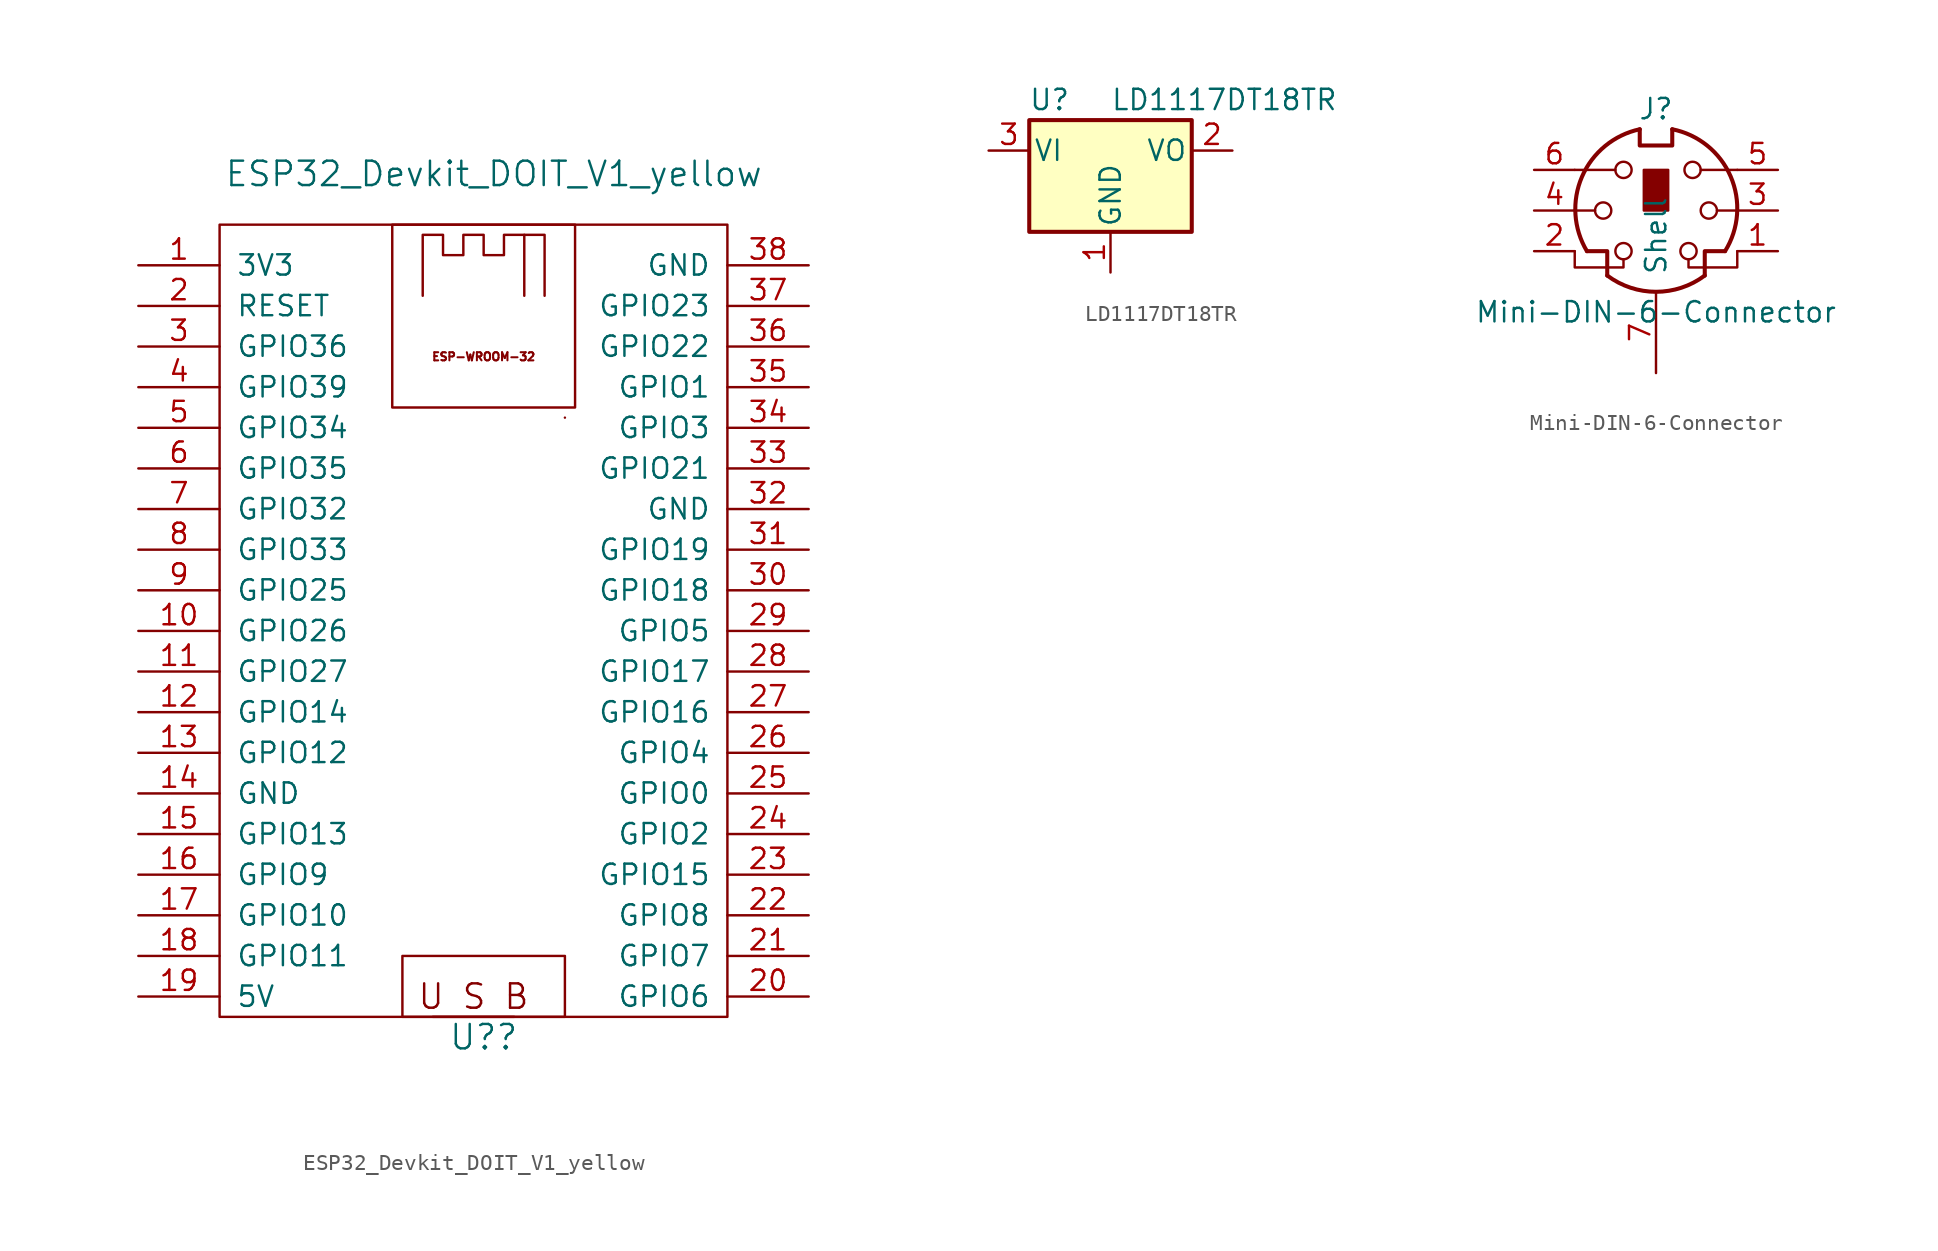
<source format=kicad_sym>
(kicad_symbol_lib
  (version 20211014)
  (generator kicad_symbol_editor)
  (symbol "ESP32_Devkit_DOIT_V1_yellow"
    (pin_names
      (offset 1.016))
    (property "Reference" "U?"
      (at 0 -26.67 0)
      (effects (font (size 1.524 1.524))))
    (property "Value" "ESP32_Devkit_DOIT_V1_yellow"
      (at 0.635 27.305 0)
      (effects (font (size 1.524 1.524))))
    (symbol "ESP32_Devkit_DOIT_V1_yellow_0_0"
      (rectangle (start -5.715 24.13) (end 5.715 12.7) (stroke (width 0) (type default) (color 0 0 0 0)) (fill (type none)))
      (rectangle (start -5.08 -21.59) (end 5.08 -25.4) (stroke (width 0) (type default) (color 0 0 0 0)) (fill (type none)))
      (rectangle (start 5.08 12.065) (end 5.08 12.065) (stroke (width 0) (type default) (color 0 0 0 0)) (fill (type none)))
      (text "ESP-WROOM-32" (at 0 15.875 0) (effects (font (size 0.508 0.508))))
      (text "U S B" (at -0.635 -24.13 0) (effects (font (size 1.524 1.524)))))
    (symbol "ESP32_Devkit_DOIT_V1_yellow_0_1"
      (rectangle (start -16.51 24.13) (end 15.24 -25.4) (stroke (width 0) (type default) (color 0 0 0 0)) (fill (type none)))
      (polyline (pts (xy -3.175 -25.4) (xy 1.905 -25.4)) (stroke (width 0) (type default) (color 0 0 0 0)) (fill (type none)))
      (polyline (pts (xy 2.54 23.495) (xy 3.81 23.495) (xy 3.81 19.685)) (stroke (width 0) (type default) (color 0 0 0 0)) (fill (type none)))
      (polyline (pts (xy -3.81 19.685) (xy -3.81 23.495) (xy -2.54 23.495) (xy -2.54 22.225) (xy -1.27 22.225) (xy -1.27 23.495) (xy 0 23.495) (xy 0 22.225) (xy 1.27 22.225) (xy 1.27 23.495) (xy 2.54 23.495) (xy 2.54 19.685)) (stroke (width 0) (type default) (color 0 0 0 0)) (fill (type none))))
    (symbol "ESP32_Devkit_DOIT_V1_yellow_1_1"
      (pin output line (at -21.59 21.59 0) (length 5.08) (name "3V3" (effects (font (size 1.27 1.27)))) (number "1" (effects (font (size 1.27 1.27)))))
      (pin bidirectional line (at -21.59 -1.27 0) (length 5.08) (name "GPIO26" (effects (font (size 1.27 1.27)))) (number "10" (effects (font (size 1.27 1.27)))))
      (pin bidirectional line (at -21.59 -3.81 0) (length 5.08) (name "GPIO27" (effects (font (size 1.27 1.27)))) (number "11" (effects (font (size 1.27 1.27)))))
      (pin bidirectional line (at -21.59 -6.35 0) (length 5.08) (name "GPIO14" (effects (font (size 1.27 1.27)))) (number "12" (effects (font (size 1.27 1.27)))))
      (pin bidirectional line (at -21.59 -8.89 0) (length 5.08) (name "GPIO12" (effects (font (size 1.27 1.27)))) (number "13" (effects (font (size 1.27 1.27)))))
      (pin power_out line (at -21.59 -11.43 0) (length 5.08) (name "GND" (effects (font (size 1.27 1.27)))) (number "14" (effects (font (size 1.27 1.27)))))
      (pin bidirectional line (at -21.59 -13.97 0) (length 5.08) (name "GPIO13" (effects (font (size 1.27 1.27)))) (number "15" (effects (font (size 1.27 1.27)))))
      (pin bidirectional line (at -21.59 -16.51 0) (length 5.08) (name "GPIO9" (effects (font (size 1.27 1.27)))) (number "16" (effects (font (size 1.27 1.27)))))
      (pin bidirectional line (at -21.59 -19.05 0) (length 5.08) (name "GPIO10" (effects (font (size 1.27 1.27)))) (number "17" (effects (font (size 1.27 1.27)))))
      (pin bidirectional line (at -21.59 -21.59 0) (length 5.08) (name "GPIO11" (effects (font (size 1.27 1.27)))) (number "18" (effects (font (size 1.27 1.27)))))
      (pin power_out line (at -21.59 -24.13 0) (length 5.08) (name "5V" (effects (font (size 1.27 1.27)))) (number "19" (effects (font (size 1.27 1.27)))))
      (pin input line (at -21.59 19.05 0) (length 5.08) (name "RESET" (effects (font (size 1.27 1.27)))) (number "2" (effects (font (size 1.27 1.27)))))
      (pin bidirectional line (at 20.32 -24.13 180) (length 5.08) (name "GPIO6" (effects (font (size 1.27 1.27)))) (number "20" (effects (font (size 1.27 1.27)))))
      (pin bidirectional line (at 20.32 -21.59 180) (length 5.08) (name "GPIO7" (effects (font (size 1.27 1.27)))) (number "21" (effects (font (size 1.27 1.27)))))
      (pin bidirectional line (at 20.32 -19.05 180) (length 5.08) (name "GPIO8" (effects (font (size 1.27 1.27)))) (number "22" (effects (font (size 1.27 1.27)))))
      (pin bidirectional line (at 20.32 -16.51 180) (length 5.08) (name "GPIO15" (effects (font (size 1.27 1.27)))) (number "23" (effects (font (size 1.27 1.27)))))
      (pin bidirectional line (at 20.32 -13.97 180) (length 5.08) (name "GPIO2" (effects (font (size 1.27 1.27)))) (number "24" (effects (font (size 1.27 1.27)))))
      (pin bidirectional line (at 20.32 -11.43 180) (length 5.08) (name "GPIO0" (effects (font (size 1.27 1.27)))) (number "25" (effects (font (size 1.27 1.27)))))
      (pin bidirectional line (at 20.32 -8.89 180) (length 5.08) (name "GPIO4" (effects (font (size 1.27 1.27)))) (number "26" (effects (font (size 1.27 1.27)))))
      (pin bidirectional line (at 20.32 -6.35 180) (length 5.08) (name "GPIO16" (effects (font (size 1.27 1.27)))) (number "27" (effects (font (size 1.27 1.27)))))
      (pin bidirectional line (at 20.32 -3.81 180) (length 5.08) (name "GPIO17" (effects (font (size 1.27 1.27)))) (number "28" (effects (font (size 1.27 1.27)))))
      (pin bidirectional line (at 20.32 -1.27 180) (length 5.08) (name "GPIO5" (effects (font (size 1.27 1.27)))) (number "29" (effects (font (size 1.27 1.27)))))
      (pin input line (at -21.59 16.51 0) (length 5.08) (name "GPIO36" (effects (font (size 1.27 1.27)))) (number "3" (effects (font (size 1.27 1.27)))))
      (pin bidirectional line (at 20.32 1.27 180) (length 5.08) (name "GPIO18" (effects (font (size 1.27 1.27)))) (number "30" (effects (font (size 1.27 1.27)))))
      (pin bidirectional line (at 20.32 3.81 180) (length 5.08) (name "GPIO19" (effects (font (size 1.27 1.27)))) (number "31" (effects (font (size 1.27 1.27)))))
      (pin power_out line (at 20.32 6.35 180) (length 5.08) (name "GND" (effects (font (size 1.27 1.27)))) (number "32" (effects (font (size 1.27 1.27)))))
      (pin bidirectional line (at 20.32 8.89 180) (length 5.08) (name "GPIO21" (effects (font (size 1.27 1.27)))) (number "33" (effects (font (size 1.27 1.27)))))
      (pin bidirectional line (at 20.32 11.43 180) (length 5.08) (name "GPIO3" (effects (font (size 1.27 1.27)))) (number "34" (effects (font (size 1.27 1.27)))))
      (pin bidirectional line (at 20.32 13.97 180) (length 5.08) (name "GPIO1" (effects (font (size 1.27 1.27)))) (number "35" (effects (font (size 1.27 1.27)))))
      (pin bidirectional line (at 20.32 16.51 180) (length 5.08) (name "GPIO22" (effects (font (size 1.27 1.27)))) (number "36" (effects (font (size 1.27 1.27)))))
      (pin bidirectional line (at 20.32 19.05 180) (length 5.08) (name "GPIO23" (effects (font (size 1.27 1.27)))) (number "37" (effects (font (size 1.27 1.27)))))
      (pin power_out line (at 20.32 21.59 180) (length 5.08) (name "GND" (effects (font (size 1.27 1.27)))) (number "38" (effects (font (size 1.27 1.27)))))
      (pin input line (at -21.59 13.97 0) (length 5.08) (name "GPIO39" (effects (font (size 1.27 1.27)))) (number "4" (effects (font (size 1.27 1.27)))))
      (pin input line (at -21.59 11.43 0) (length 5.08) (name "GPIO34" (effects (font (size 1.27 1.27)))) (number "5" (effects (font (size 1.27 1.27)))))
      (pin input line (at -21.59 8.89 0) (length 5.08) (name "GPIO35" (effects (font (size 1.27 1.27)))) (number "6" (effects (font (size 1.27 1.27)))))
      (pin bidirectional line (at -21.59 6.35 0) (length 5.08) (name "GPIO32" (effects (font (size 1.27 1.27)))) (number "7" (effects (font (size 1.27 1.27)))))
      (pin bidirectional line (at -21.59 3.81 0) (length 5.08) (name "GPIO33" (effects (font (size 1.27 1.27)))) (number "8" (effects (font (size 1.27 1.27)))))
      (pin bidirectional line (at -21.59 1.27 0) (length 5.08) (name "GPIO25" (effects (font (size 1.27 1.27)))) (number "9" (effects (font (size 1.27 1.27)))))))
  (symbol "LD1117DT18TR"
    (pin_names
      (offset 0.254))
    (property "Reference" "U"
      (at -3.81 3.175 0)
      (effects (font (size 1.27 1.27))))
    (property "Value" "LD1117DT18TR"
      (at 0 3.175 0)
      (effects (font (size 1.27 1.27)) (justify left)))
    (symbol "LD1117DT18TR_0_1"
      (rectangle (start -5.08 -5.08) (end 5.08 1.905) (stroke (width 0.254) (type default) (color 0 0 0 0)) (fill (type background))))
    (symbol "LD1117DT18TR_1_1"
      (pin power_in line (at 0 -7.62 90) (length 2.54) (name "GND" (effects (font (size 1.27 1.27)))) (number "1" (effects (font (size 1.27 1.27)))))
      (pin power_out line (at 7.62 0 180) (length 2.54) (name "VO" (effects (font (size 1.27 1.27)))) (number "2" (effects (font (size 1.27 1.27)))))
      (pin power_in line (at -7.62 0 0) (length 2.54) (name "VI" (effects (font (size 1.27 1.27)))) (number "3" (effects (font (size 1.27 1.27)))))))
  (symbol "Mini-DIN-6-Connector"
    (pin_names
      (offset 1.016))
    (property "Reference" "J"
      (at 0 6.35 0)
      (effects (font (size 1.27 1.27))))
    (property "Value" "Mini-DIN-6-Connector"
      (at 0 -6.35 0)
      (effects (font (size 1.27 1.27))))
    (symbol "Mini-DIN-6-Connector_0_1"
      (circle (center -3.302 0) (radius 0.508) (stroke (width 0) (type default) (color 0 0 0 0)) (fill (type none)))
      (arc (start -3.048 -4.064) (mid 0 -5.08) (end 3.048 -4.064) (stroke (width 0.254) (type default) (color 0 0 0 0)) (fill (type none)))
      (circle (center -2.032 -2.54) (radius 0.508) (stroke (width 0) (type default) (color 0 0 0 0)) (fill (type none)))
      (circle (center -2.032 2.54) (radius 0.508) (stroke (width 0) (type default) (color 0 0 0 0)) (fill (type none)))
      (arc (start -1.016 5.08) (mid -4.6243 2.1182) (end -4.318 -2.54) (stroke (width 0.254) (type default) (color 0 0 0 0)) (fill (type none)))
      (rectangle (start -0.762 2.54) (end 0.762 0) (stroke (width 0) (type default) (color 0 0 0 0)) (fill (type outline)))
      (polyline (pts (xy -3.81 0) (xy -5.08 0)) (stroke (width 0) (type default) (color 0 0 0 0)) (fill (type none)))
      (polyline (pts (xy -2.54 2.54) (xy -5.08 2.54)) (stroke (width 0) (type default) (color 0 0 0 0)) (fill (type none)))
      (polyline (pts (xy 2.794 2.54) (xy 5.08 2.54)) (stroke (width 0) (type default) (color 0 0 0 0)) (fill (type none)))
      (polyline (pts (xy 5.08 0) (xy 3.81 0)) (stroke (width 0) (type default) (color 0 0 0 0)) (fill (type none)))
      (polyline (pts (xy -4.318 -2.54) (xy -3.048 -2.54) (xy -3.048 -4.064)) (stroke (width 0.254) (type default) (color 0 0 0 0)) (fill (type none)))
      (polyline (pts (xy 4.318 -2.54) (xy 3.048 -2.54) (xy 3.048 -4.064)) (stroke (width 0.254) (type default) (color 0 0 0 0)) (fill (type none)))
      (polyline (pts (xy -2.032 -3.048) (xy -2.032 -3.556) (xy -5.08 -3.556) (xy -5.08 -2.54)) (stroke (width 0) (type default) (color 0 0 0 0)) (fill (type none)))
      (polyline (pts (xy -1.016 5.08) (xy -1.016 4.064) (xy 1.016 4.064) (xy 1.016 5.08)) (stroke (width 0.254) (type default) (color 0 0 0 0)) (fill (type none)))
      (polyline (pts (xy 2.032 -3.048) (xy 2.032 -3.556) (xy 5.08 -3.556) (xy 5.08 -2.54)) (stroke (width 0) (type default) (color 0 0 0 0)) (fill (type none)))
      (circle (center 2.032 -2.54) (radius 0.508) (stroke (width 0) (type default) (color 0 0 0 0)) (fill (type none)))
      (circle (center 2.286 2.54) (radius 0.508) (stroke (width 0) (type default) (color 0 0 0 0)) (fill (type none)))
      (circle (center 3.302 0) (radius 0.508) (stroke (width 0) (type default) (color 0 0 0 0)) (fill (type none)))
      (arc (start 4.318 -2.54) (mid 4.6646 2.1357) (end 1.016 5.08) (stroke (width 0.254) (type default) (color 0 0 0 0)) (fill (type none))))
    (symbol "Mini-DIN-6-Connector_1_1"
      (pin passive line (at 7.62 -2.54 180) (length 2.54) (name "~" (effects (font (size 1.27 1.27)))) (number "1" (effects (font (size 1.27 1.27)))))
      (pin passive line (at -7.62 -2.54 0) (length 2.54) (name "~" (effects (font (size 1.27 1.27)))) (number "2" (effects (font (size 1.27 1.27)))))
      (pin passive line (at 7.62 0 180) (length 2.54) (name "~" (effects (font (size 1.27 1.27)))) (number "3" (effects (font (size 1.27 1.27)))))
      (pin passive line (at -7.62 0 0) (length 2.54) (name "~" (effects (font (size 1.27 1.27)))) (number "4" (effects (font (size 1.27 1.27)))))
      (pin passive line (at 7.62 2.54 180) (length 2.54) (name "~" (effects (font (size 1.27 1.27)))) (number "5" (effects (font (size 1.27 1.27)))))
      (pin passive line (at -7.62 2.54 0) (length 2.54) (name "~" (effects (font (size 1.27 1.27)))) (number "6" (effects (font (size 1.27 1.27)))))
      (pin input line (at 0 -10.16 90) (length 5.08) (name "Shell" (effects (font (size 1.27 1.27)))) (number "7" (effects (font (size 1.27 1.27))))))))
</source>
